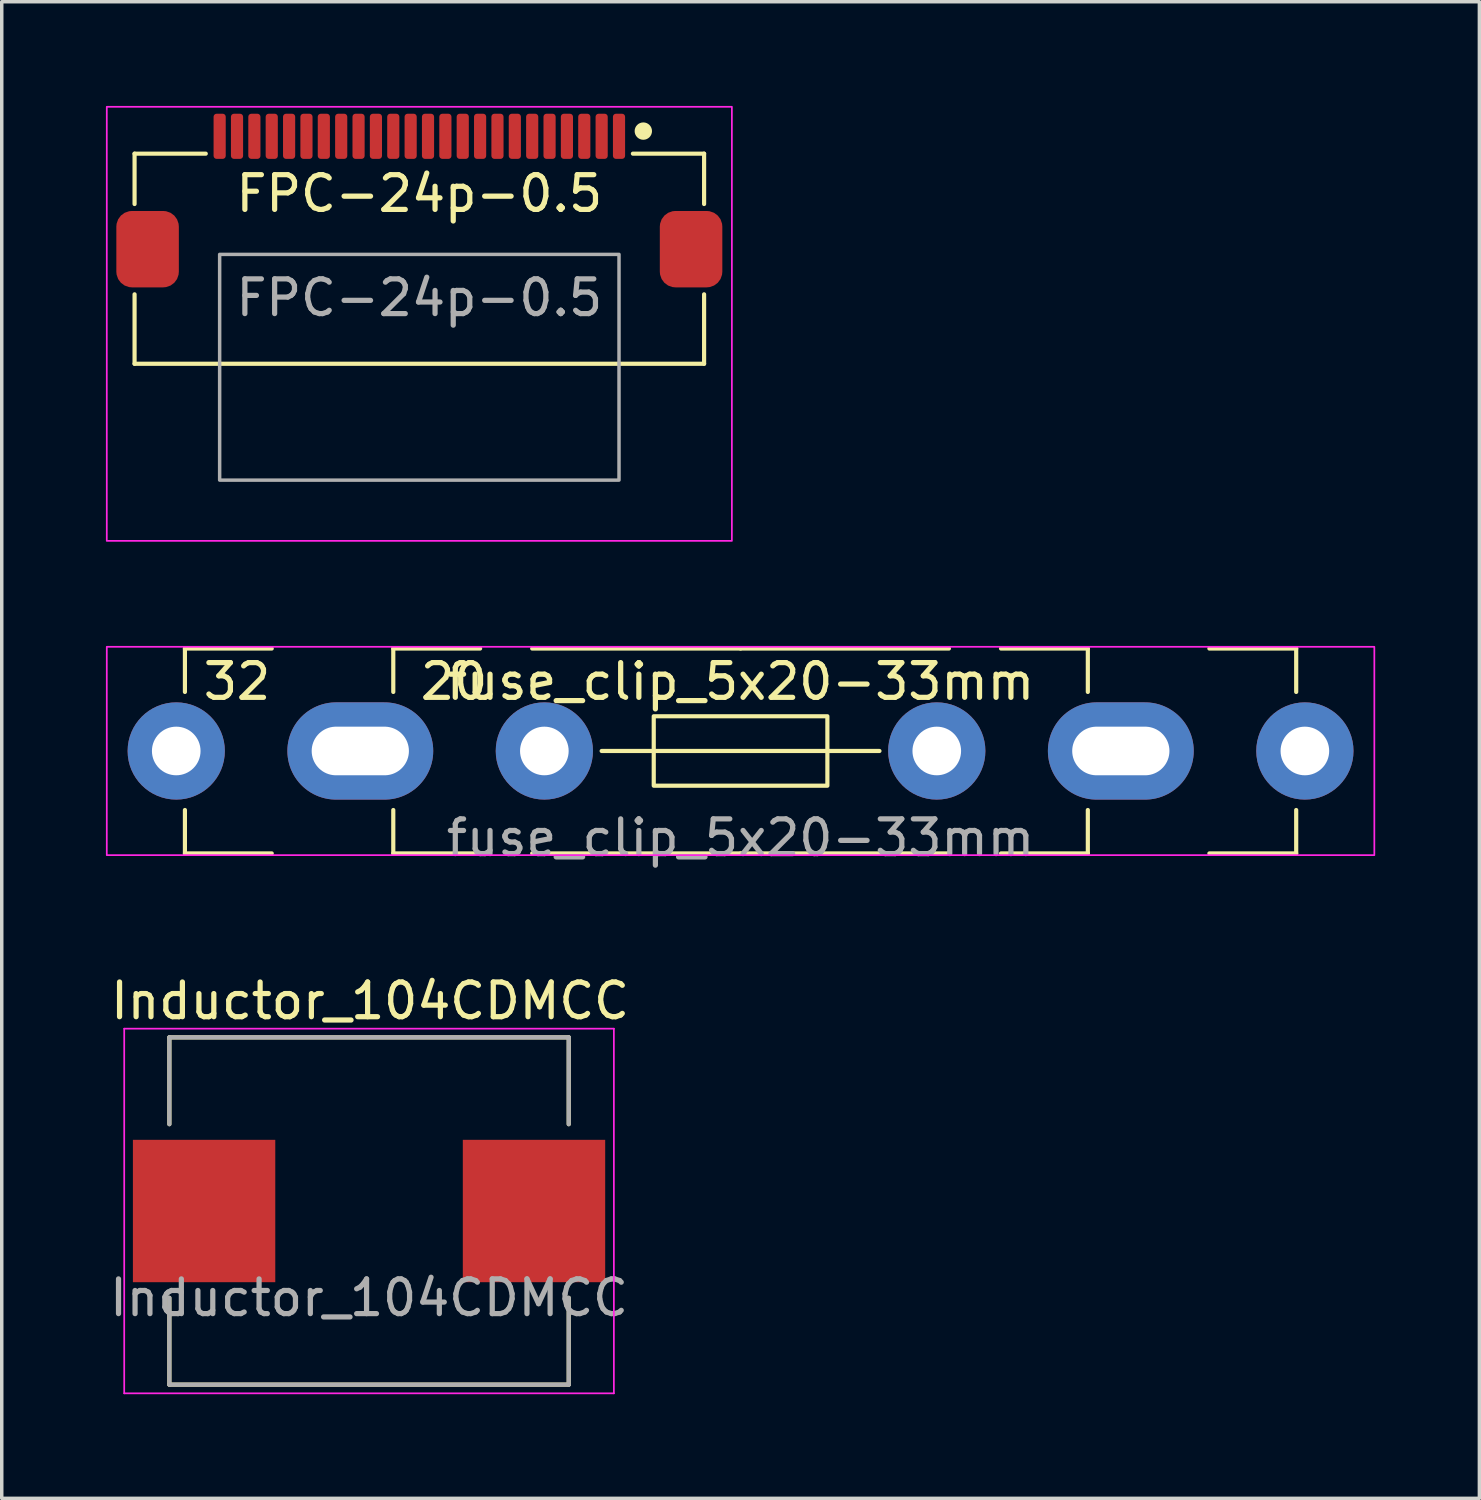
<source format=kicad_pcb>
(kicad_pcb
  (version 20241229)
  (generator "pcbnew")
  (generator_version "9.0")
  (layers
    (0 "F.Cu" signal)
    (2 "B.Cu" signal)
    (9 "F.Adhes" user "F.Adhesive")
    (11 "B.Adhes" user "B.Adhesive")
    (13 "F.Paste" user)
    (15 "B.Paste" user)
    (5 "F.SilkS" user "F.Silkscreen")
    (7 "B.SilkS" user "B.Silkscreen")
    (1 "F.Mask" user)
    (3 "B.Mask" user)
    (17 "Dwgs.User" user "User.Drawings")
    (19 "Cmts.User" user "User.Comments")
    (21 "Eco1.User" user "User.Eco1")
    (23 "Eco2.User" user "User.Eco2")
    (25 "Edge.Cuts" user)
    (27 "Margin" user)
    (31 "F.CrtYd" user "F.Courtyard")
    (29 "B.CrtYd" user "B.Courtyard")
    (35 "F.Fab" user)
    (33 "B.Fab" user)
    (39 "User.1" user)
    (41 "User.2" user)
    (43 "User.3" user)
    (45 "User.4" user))
  (footprint "fuse_clip_5x20-33mm"
    (layer "F.Cu")
    (at 18.275 18.575)
    (property "Reference" "fuse_clip_5x20-33mm" (at 0 -2 0) (unlocked yes) (layer "F.SilkS") (effects (font (size 1 1) (thickness 0.15))))
    (attr through_hole)
    (fp_line (start -16 -2.95) (end -16 -1.7) (stroke (width 0.12) (type solid)) (layer "F.SilkS"))
    (fp_line (start -16 -2.95) (end -13.5 -2.95) (stroke (width 0.12) (type solid)) (layer "F.SilkS"))
    (fp_line (start -16 2.95) (end -16 1.7) (stroke (width 0.12) (type solid)) (layer "F.SilkS"))
    (fp_line (start -16 2.95) (end -13.5 2.95) (stroke (width 0.12) (type solid)) (layer "F.SilkS"))
    (fp_line (start -10 -2.95) (end -10 -1.7) (stroke (width 0.12) (type solid)) (layer "F.SilkS"))
    (fp_line (start -10 -2.95) (end -7.5 -2.95) (stroke (width 0.12) (type solid)) (layer "F.SilkS"))
    (fp_line (start -10 2.95) (end -10 1.7) (stroke (width 0.12) (type solid)) (layer "F.SilkS"))
    (fp_line (start -10 2.95) (end -7.5 2.95) (stroke (width 0.12) (type solid)) (layer "F.SilkS"))
    (fp_line (start 0 -2.95) (end -6 -2.95) (stroke (width 0.12) (type solid)) (layer "F.SilkS"))
    (fp_line (start 0 -2.95) (end 6 -2.95) (stroke (width 0.12) (type solid)) (layer "F.SilkS"))
    (fp_line (start 0 2.95) (end -6 2.95) (stroke (width 0.12) (type solid)) (layer "F.SilkS"))
    (fp_line (start 0 2.95) (end 6 2.95) (stroke (width 0.12) (type solid)) (layer "F.SilkS"))
    (fp_line (start 4 0) (end -4 0) (stroke (width 0.12) (type solid)) (layer "F.SilkS"))
    (fp_line (start 10 -2.95) (end 7.5 -2.95) (stroke (width 0.12) (type solid)) (layer "F.SilkS"))
    (fp_line (start 10 -2.95) (end 10 -1.7) (stroke (width 0.12) (type solid)) (layer "F.SilkS"))
    (fp_line (start 10 2.95) (end 7.5 2.95) (stroke (width 0.12) (type solid)) (layer "F.SilkS"))
    (fp_line (start 10 2.95) (end 10 1.7) (stroke (width 0.12) (type solid)) (layer "F.SilkS"))
    (fp_line (start 16 -2.95) (end 13.5 -2.95) (stroke (width 0.12) (type solid)) (layer "F.SilkS"))
    (fp_line (start 16 -2.95) (end 16 -1.7) (stroke (width 0.12) (type solid)) (layer "F.SilkS"))
    (fp_line (start 16 2.95) (end 13.5 2.95) (stroke (width 0.12) (type solid)) (layer "F.SilkS"))
    (fp_line (start 16 2.95) (end 16 1.7) (stroke (width 0.12) (type solid)) (layer "F.SilkS"))
    (fp_rect (start -2.5 -1) (end 2.5 1) (stroke (width 0.12) (type solid)) (fill no) (layer "F.SilkS"))
    (fp_rect (start -18.25 -3) (end 18.25 3) (stroke (width 0.05) (type solid)) (fill no) (layer "F.CrtYd"))
    (fp_text user "20" (at -8.25 -2 0) (unlocked yes) (layer "F.SilkS") (effects (font (size 1 1) (thickness 0.15))))
    (fp_text user "32" (at -14.5 -2 0) (unlocked yes) (layer "F.SilkS") (effects (font (size 1 1) (thickness 0.15))))
    (fp_text user "${REFERENCE}" (at 0 2.5 0) (unlocked yes) (layer "F.Fab") (effects (font (size 1 1) (thickness 0.15))))
    (pad "1" thru_hole circle (at -16.25 0) (size 2.8 2.8) (drill 1.4) (layers "*.Cu" "*.Mask"))
    (pad "1" thru_hole oval (at -10.95 0) (size 4.2 2.8) (drill oval 2.8 1.4) (layers "*.Cu" "*.Mask"))
    (pad "1" thru_hole circle (at -5.65 0) (size 2.8 2.8) (drill 1.4) (layers "*.Cu" "*.Mask"))
    (pad "2" thru_hole circle (at 5.65 0) (size 2.8 2.8) (drill 1.4) (layers "*.Cu" "*.Mask"))
    (pad "2" thru_hole oval (at 10.95 0) (size 4.2 2.8) (drill oval 2.8 1.4) (layers "*.Cu" "*.Mask"))
    (pad "2" thru_hole circle (at 16.25 0) (size 2.8 2.8) (drill 1.4) (layers "*.Cu" "*.Mask")))
  (footprint "FPC-24p-0.5"
    (layer "F.Cu")
    (at 9.025 3.025)
    (property "Reference" "FPC-24p-0.5" (at 0 -0.5 0) (unlocked yes) (layer "F.SilkS") (effects (font (size 1 1) (thickness 0.15))))
    (attr smd)
    (fp_line (start -8.2 -1.65) (end -6.15 -1.65) (stroke (width 0.12) (type solid)) (layer "F.SilkS"))
    (fp_line (start -8.2 -0.2) (end -8.2 -1.65) (stroke (width 0.12) (type solid)) (layer "F.SilkS"))
    (fp_line (start -8.2 4.4) (end -8.2 2.4) (stroke (width 0.12) (type solid)) (layer "F.SilkS"))
    (fp_line (start 8.2 -1.65) (end 6.15 -1.65) (stroke (width 0.12) (type solid)) (layer "F.SilkS"))
    (fp_line (start 8.2 -1.65) (end 8.2 -0.2) (stroke (width 0.12) (type solid)) (layer "F.SilkS"))
    (fp_line (start 8.2 2.4) (end 8.2 4.4) (stroke (width 0.12) (type solid)) (layer "F.SilkS"))
    (fp_line (start 8.2 4.4) (end -8.2 4.4) (stroke (width 0.12) (type solid)) (layer "F.SilkS"))
    (fp_circle (center 6.45 -2.3) (end 6.65 -2.3) (stroke (width 0.1) (type solid)) (fill yes) (layer "F.SilkS"))
    (fp_rect (start -9 -3) (end 9 9.5) (stroke (width 0.05) (type solid)) (fill no) (layer "F.CrtYd"))
    (fp_rect (start -5.75 1.25) (end 5.75 7.75) (stroke (width 0.1) (type solid)) (fill no) (layer "F.Fab"))
    (fp_text user "${REFERENCE}" (at 0 2.5 0) (unlocked yes) (layer "F.Fab") (effects (font (size 1 1) (thickness 0.15))))
    (pad "1" smd roundrect (at 5.75 -2.15) (size 0.35 1.3) (layers "F.Cu" "F.Mask" "F.Paste") (roundrect_rratio 0.25))
    (pad "2" smd roundrect (at 5.25 -2.15) (size 0.35 1.3) (layers "F.Cu" "F.Mask" "F.Paste") (roundrect_rratio 0.25))
    (pad "3" smd roundrect (at 4.75 -2.15) (size 0.35 1.3) (layers "F.Cu" "F.Mask" "F.Paste") (roundrect_rratio 0.25))
    (pad "4" smd roundrect (at 4.25 -2.15) (size 0.35 1.3) (layers "F.Cu" "F.Mask" "F.Paste") (roundrect_rratio 0.25))
    (pad "5" smd roundrect (at 3.75 -2.15) (size 0.35 1.3) (layers "F.Cu" "F.Mask" "F.Paste") (roundrect_rratio 0.25))
    (pad "6" smd roundrect (at 3.25 -2.15) (size 0.35 1.3) (layers "F.Cu" "F.Mask" "F.Paste") (roundrect_rratio 0.25))
    (pad "7" smd roundrect (at 2.75 -2.15) (size 0.35 1.3) (layers "F.Cu" "F.Mask" "F.Paste") (roundrect_rratio 0.25))
    (pad "8" smd roundrect (at 2.25 -2.15) (size 0.35 1.3) (layers "F.Cu" "F.Mask" "F.Paste") (roundrect_rratio 0.25))
    (pad "9" smd roundrect (at 1.75 -2.15) (size 0.35 1.3) (layers "F.Cu" "F.Mask" "F.Paste") (roundrect_rratio 0.25))
    (pad "10" smd roundrect (at 1.25 -2.15) (size 0.35 1.3) (layers "F.Cu" "F.Mask" "F.Paste") (roundrect_rratio 0.25))
    (pad "11" smd roundrect (at 0.75 -2.15) (size 0.35 1.3) (layers "F.Cu" "F.Mask" "F.Paste") (roundrect_rratio 0.25))
    (pad "12" smd roundrect (at 0.25 -2.15) (size 0.35 1.3) (layers "F.Cu" "F.Mask" "F.Paste") (roundrect_rratio 0.25))
    (pad "13" smd roundrect (at -0.25 -2.15) (size 0.35 1.3) (layers "F.Cu" "F.Mask" "F.Paste") (roundrect_rratio 0.25))
    (pad "14" smd roundrect (at -0.75 -2.15) (size 0.35 1.3) (layers "F.Cu" "F.Mask" "F.Paste") (roundrect_rratio 0.25))
    (pad "15" smd roundrect (at -1.25 -2.15) (size 0.35 1.3) (layers "F.Cu" "F.Mask" "F.Paste") (roundrect_rratio 0.25))
    (pad "16" smd roundrect (at -1.75 -2.15) (size 0.35 1.3) (layers "F.Cu" "F.Mask" "F.Paste") (roundrect_rratio 0.25))
    (pad "17" smd roundrect (at -2.25 -2.15) (size 0.35 1.3) (layers "F.Cu" "F.Mask" "F.Paste") (roundrect_rratio 0.25))
    (pad "18" smd roundrect (at -2.75 -2.15) (size 0.35 1.3) (layers "F.Cu" "F.Mask" "F.Paste") (roundrect_rratio 0.25))
    (pad "19" smd roundrect (at -3.25 -2.15) (size 0.35 1.3) (layers "F.Cu" "F.Mask" "F.Paste") (roundrect_rratio 0.25))
    (pad "20" smd roundrect (at -3.75 -2.15) (size 0.35 1.3) (layers "F.Cu" "F.Mask" "F.Paste") (roundrect_rratio 0.25))
    (pad "21" smd roundrect (at -4.25 -2.15) (size 0.35 1.3) (layers "F.Cu" "F.Mask" "F.Paste") (roundrect_rratio 0.25))
    (pad "22" smd roundrect (at -4.75 -2.15) (size 0.35 1.3) (layers "F.Cu" "F.Mask" "F.Paste") (roundrect_rratio 0.25))
    (pad "23" smd roundrect (at -5.25 -2.15) (size 0.35 1.3) (layers "F.Cu" "F.Mask" "F.Paste") (roundrect_rratio 0.25))
    (pad "24" smd roundrect (at -5.75 -2.15) (size 0.35 1.3) (layers "F.Cu" "F.Mask" "F.Paste") (roundrect_rratio 0.25))
    (pad "25" smd roundrect (at 7.825 1.1) (size 1.8 2.2) (layers "F.Cu" "F.Mask" "F.Paste") (roundrect_rratio 0.25))
    (pad "26" smd roundrect (at -7.825 1.1) (size 1.8 2.2) (layers "F.Cu" "F.Mask" "F.Paste") (roundrect_rratio 0.25)))
  (footprint "Inductor_104CDMCC"
    (layer "F.Cu")
    (at 7.577 31.822)
    (property "Reference" "Inductor_104CDMCC" (at 0.03 -6.05 0) (unlocked yes) (layer "F.SilkS") (effects (font (size 1 1) (thickness 0.15))))
    (attr smd)
    (fp_line (start -5.75 -5) (end 5.75 -5) (stroke (width 0.12) (type solid)) (layer "F.SilkS"))
    (fp_line (start -5.75 -2.5) (end -5.75 -5) (stroke (width 0.12) (type solid)) (layer "F.SilkS"))
    (fp_line (start -5.75 5) (end -5.75 2.5) (stroke (width 0.12) (type solid)) (layer "F.SilkS"))
    (fp_line (start 5.75 -5) (end 5.75 -2.5) (stroke (width 0.12) (type solid)) (layer "F.SilkS"))
    (fp_line (start 5.75 2.5) (end 5.75 5) (stroke (width 0.12) (type solid)) (layer "F.SilkS"))
    (fp_line (start 5.75 5) (end -5.75 5) (stroke (width 0.12) (type solid)) (layer "F.SilkS"))
    (fp_line (start -7.05 -5.25) (end -7.05 5.25) (stroke (width 0.05) (type solid)) (layer "F.CrtYd"))
    (fp_line (start -7.05 5.25) (end 7.05 5.25) (stroke (width 0.05) (type solid)) (layer "F.CrtYd"))
    (fp_line (start 7.05 -5.25) (end -7.05 -5.25) (stroke (width 0.05) (type solid)) (layer "F.CrtYd"))
    (fp_line (start 7.05 5.25) (end 7.05 -5.25) (stroke (width 0.05) (type solid)) (layer "F.CrtYd"))
    (fp_line (start -5.75 -5) (end 5.75 -5) (stroke (width 0.12) (type solid)) (layer "F.Fab"))
    (fp_line (start -5.75 -2.5) (end -5.75 -5) (stroke (width 0.12) (type solid)) (layer "F.Fab"))
    (fp_line (start -5.75 5) (end -5.75 2.5) (stroke (width 0.12) (type solid)) (layer "F.Fab"))
    (fp_line (start 5.75 -5) (end 5.75 -2.5) (stroke (width 0.12) (type solid)) (layer "F.Fab"))
    (fp_line (start 5.75 2.5) (end 5.75 5) (stroke (width 0.12) (type solid)) (layer "F.Fab"))
    (fp_line (start 5.75 5) (end -5.75 5) (stroke (width 0.12) (type solid)) (layer "F.Fab"))
    (fp_text user "${REFERENCE}" (at 0 2.5 0) (unlocked yes) (layer "F.Fab") (effects (font (size 1 1) (thickness 0.15))))
    (pad "1" smd rect (at -4.75 0) (size 4.1 4.1) (layers "F.Cu" "F.Mask" "F.Paste"))
    (pad "2" smd rect (at 4.75 0) (size 4.1 4.1) (layers "F.Cu" "F.Mask" "F.Paste")))
  (gr_rect
    (start -3 -3)
    (end 39.55 40.096)
    (stroke (width 0.1) (type default))
    (fill no)
    (layer "Edge.Cuts")))
</source>
